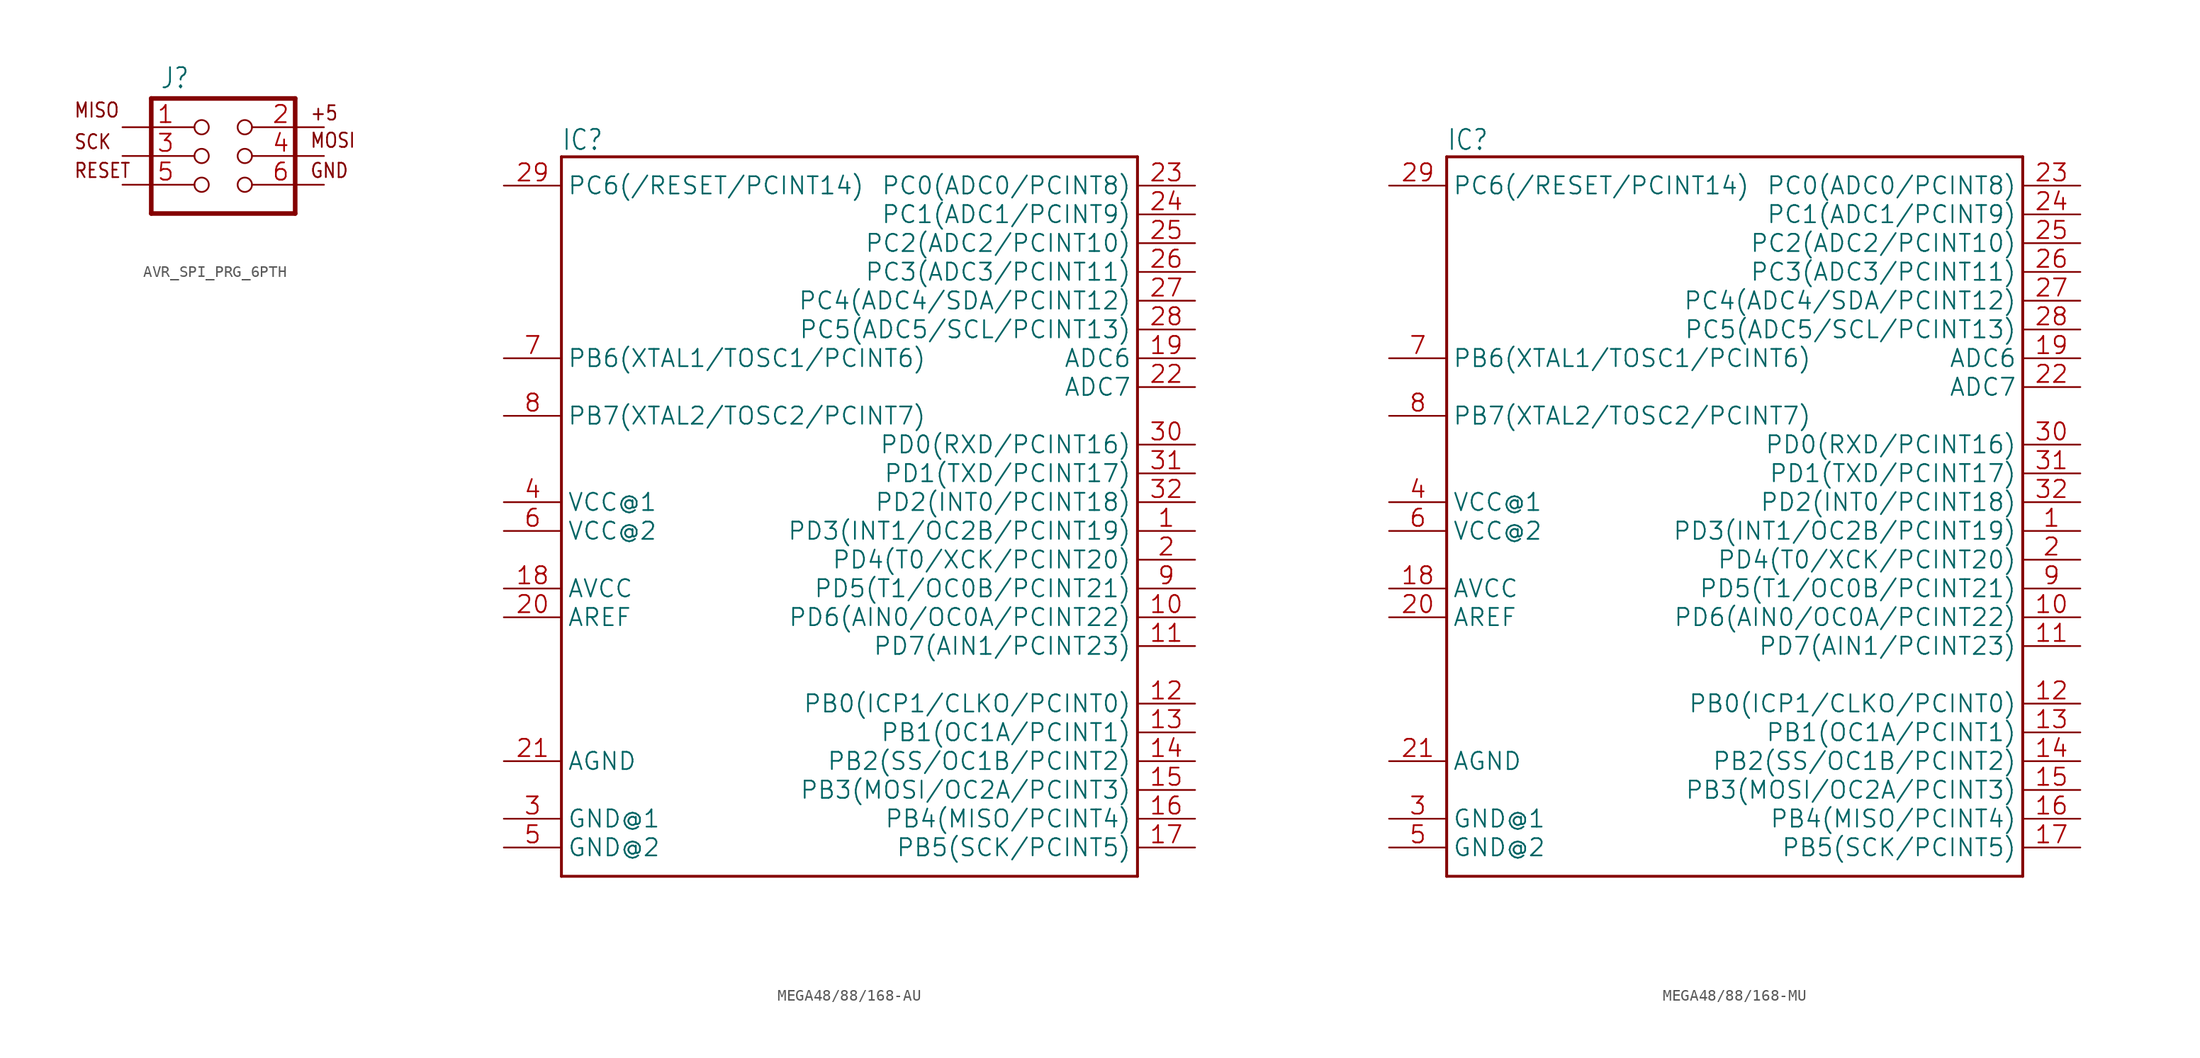
<source format=kicad_sym>
(kicad_symbol_lib
  (version 20241209)
  (generator "kicad_symbol_editor")
  (generator_version "9.0")
  (symbol "AVR_SPI_PRG_6PTH"
    (property "Reference" "J"
      (at -4.318 5.842 0)
      (effects (font (size 1.778 1.511)) (justify left bottom)))
    (property "Value" ""
      (at -4.064 -7.62 0)
      (effects (font (size 1.778 1.511)) (justify left bottom)))
    (property "ki_locked" ""
      (at 0 0 0)
      (effects (font (size 1.27 1.27))))
    (symbol "AVR_SPI_PRG_6PTH_1_0"
      (polyline (pts (xy -5.08 5.08) (xy -5.08 -5.08)) (stroke (width 0.406) (type solid)) (fill (type none)))
      (polyline (pts (xy -5.08 -5.08) (xy 7.62 -5.08)) (stroke (width 0.406) (type solid)) (fill (type none)))
      (polyline (pts (xy 7.62 5.08) (xy -5.08 5.08)) (stroke (width 0.406) (type solid)) (fill (type none)))
      (polyline (pts (xy 7.62 -5.08) (xy 7.62 5.08)) (stroke (width 0.406) (type solid)) (fill (type none)))
      (text "MISO" (at -11.938 3.302 0) (effects (font (size 1.27 1.079)) (justify left bottom)))
      (text "SCK" (at -11.938 0.508 0) (effects (font (size 1.27 1.079)) (justify left bottom)))
      (text "RESET" (at -11.938 -2.032 0) (effects (font (size 1.27 1.079)) (justify left bottom)))
      (text "+5" (at 8.89 3.048 0) (effects (font (size 1.27 1.079)) (justify left bottom)))
      (text "MOSI" (at 8.89 0.635 0) (effects (font (size 1.27 1.079)) (justify left bottom)))
      (text "GND" (at 8.89 -2.032 0) (effects (font (size 1.27 1.079)) (justify left bottom)))
      (pin passive inverted (at -7.62 2.54 0) (length 7.62) (name "1" (effects (font (size 0 0)))) (number "1" (effects (font (size 1.524 1.524)))))
      (pin passive inverted (at -7.62 0 0) (length 7.62) (name "3" (effects (font (size 0 0)))) (number "3" (effects (font (size 1.524 1.524)))))
      (pin passive inverted (at -7.62 -2.54 0) (length 7.62) (name "5" (effects (font (size 0 0)))) (number "5" (effects (font (size 1.524 1.524)))))
      (pin passive inverted (at 10.16 2.54 180) (length 7.62) (name "2" (effects (font (size 0 0)))) (number "2" (effects (font (size 1.524 1.524)))))
      (pin passive inverted (at 10.16 0 180) (length 7.62) (name "4" (effects (font (size 0 0)))) (number "4" (effects (font (size 1.524 1.524)))))
      (pin passive inverted (at 10.16 -2.54 180) (length 7.62) (name "6" (effects (font (size 0 0)))) (number "6" (effects (font (size 1.524 1.524)))))))
  (symbol "MEGA48/88/168-AU"
    (property "Reference" "IC"
      (at -25.4 33.02 0)
      (effects (font (size 1.778 1.511)) (justify left top)))
    (property "Value" ""
      (at -25.4 -35.56 0)
      (effects (font (size 1.778 1.511)) (justify left bottom)))
    (property "ki_locked" ""
      (at 0 0 0)
      (effects (font (size 1.27 1.27))))
    (symbol "MEGA48/88/168-AU_1_0"
      (polyline (pts (xy -25.4 30.48) (xy 25.4 30.48)) (stroke (width 0.254) (type solid)) (fill (type none)))
      (polyline (pts (xy -25.4 -33.02) (xy -25.4 30.48)) (stroke (width 0.254) (type solid)) (fill (type none)))
      (polyline (pts (xy 25.4 30.48) (xy 25.4 -33.02)) (stroke (width 0.254) (type solid)) (fill (type none)))
      (polyline (pts (xy 25.4 -33.02) (xy -25.4 -33.02)) (stroke (width 0.254) (type solid)) (fill (type none)))
      (pin bidirectional line (at -30.48 27.94 0) (length 5.08) (name "PC6(/RESET/PCINT14)" (effects (font (size 1.524 1.524)))) (number "29" (effects (font (size 1.524 1.524)))))
      (pin bidirectional line (at -30.48 12.7 0) (length 5.08) (name "PB6(XTAL1/TOSC1/PCINT6)" (effects (font (size 1.524 1.524)))) (number "7" (effects (font (size 1.524 1.524)))))
      (pin bidirectional line (at -30.48 7.62 0) (length 5.08) (name "PB7(XTAL2/TOSC2/PCINT7)" (effects (font (size 1.524 1.524)))) (number "8" (effects (font (size 1.524 1.524)))))
      (pin power_in line (at -30.48 0 0) (length 5.08) (name "VCC@1" (effects (font (size 1.524 1.524)))) (number "4" (effects (font (size 1.524 1.524)))))
      (pin power_in line (at -30.48 -2.54 0) (length 5.08) (name "VCC@2" (effects (font (size 1.524 1.524)))) (number "6" (effects (font (size 1.524 1.524)))))
      (pin passive line (at -30.48 -7.62 0) (length 5.08) (name "AVCC" (effects (font (size 1.524 1.524)))) (number "18" (effects (font (size 1.524 1.524)))))
      (pin passive line (at -30.48 -10.16 0) (length 5.08) (name "AREF" (effects (font (size 1.524 1.524)))) (number "20" (effects (font (size 1.524 1.524)))))
      (pin power_in line (at -30.48 -22.86 0) (length 5.08) (name "AGND" (effects (font (size 1.524 1.524)))) (number "21" (effects (font (size 1.524 1.524)))))
      (pin power_in line (at -30.48 -27.94 0) (length 5.08) (name "GND@1" (effects (font (size 1.524 1.524)))) (number "3" (effects (font (size 1.524 1.524)))))
      (pin power_in line (at -30.48 -30.48 0) (length 5.08) (name "GND@2" (effects (font (size 1.524 1.524)))) (number "5" (effects (font (size 1.524 1.524)))))
      (pin bidirectional line (at 30.48 27.94 180) (length 5.08) (name "PC0(ADC0/PCINT8)" (effects (font (size 1.524 1.524)))) (number "23" (effects (font (size 1.524 1.524)))))
      (pin bidirectional line (at 30.48 25.4 180) (length 5.08) (name "PC1(ADC1/PCINT9)" (effects (font (size 1.524 1.524)))) (number "24" (effects (font (size 1.524 1.524)))))
      (pin bidirectional line (at 30.48 22.86 180) (length 5.08) (name "PC2(ADC2/PCINT10)" (effects (font (size 1.524 1.524)))) (number "25" (effects (font (size 1.524 1.524)))))
      (pin bidirectional line (at 30.48 20.32 180) (length 5.08) (name "PC3(ADC3/PCINT11)" (effects (font (size 1.524 1.524)))) (number "26" (effects (font (size 1.524 1.524)))))
      (pin bidirectional line (at 30.48 17.78 180) (length 5.08) (name "PC4(ADC4/SDA/PCINT12)" (effects (font (size 1.524 1.524)))) (number "27" (effects (font (size 1.524 1.524)))))
      (pin bidirectional line (at 30.48 15.24 180) (length 5.08) (name "PC5(ADC5/SCL/PCINT13)" (effects (font (size 1.524 1.524)))) (number "28" (effects (font (size 1.524 1.524)))))
      (pin passive line (at 30.48 12.7 180) (length 5.08) (name "ADC6" (effects (font (size 1.524 1.524)))) (number "19" (effects (font (size 1.524 1.524)))))
      (pin passive line (at 30.48 10.16 180) (length 5.08) (name "ADC7" (effects (font (size 1.524 1.524)))) (number "22" (effects (font (size 1.524 1.524)))))
      (pin bidirectional line (at 30.48 5.08 180) (length 5.08) (name "PD0(RXD/PCINT16)" (effects (font (size 1.524 1.524)))) (number "30" (effects (font (size 1.524 1.524)))))
      (pin bidirectional line (at 30.48 2.54 180) (length 5.08) (name "PD1(TXD/PCINT17)" (effects (font (size 1.524 1.524)))) (number "31" (effects (font (size 1.524 1.524)))))
      (pin bidirectional line (at 30.48 0 180) (length 5.08) (name "PD2(INT0/PCINT18)" (effects (font (size 1.524 1.524)))) (number "32" (effects (font (size 1.524 1.524)))))
      (pin bidirectional line (at 30.48 -2.54 180) (length 5.08) (name "PD3(INT1/OC2B/PCINT19)" (effects (font (size 1.524 1.524)))) (number "1" (effects (font (size 1.524 1.524)))))
      (pin bidirectional line (at 30.48 -5.08 180) (length 5.08) (name "PD4(T0/XCK/PCINT20)" (effects (font (size 1.524 1.524)))) (number "2" (effects (font (size 1.524 1.524)))))
      (pin bidirectional line (at 30.48 -7.62 180) (length 5.08) (name "PD5(T1/OC0B/PCINT21)" (effects (font (size 1.524 1.524)))) (number "9" (effects (font (size 1.524 1.524)))))
      (pin bidirectional line (at 30.48 -10.16 180) (length 5.08) (name "PD6(AIN0/OC0A/PCINT22)" (effects (font (size 1.524 1.524)))) (number "10" (effects (font (size 1.524 1.524)))))
      (pin bidirectional line (at 30.48 -12.7 180) (length 5.08) (name "PD7(AIN1/PCINT23)" (effects (font (size 1.524 1.524)))) (number "11" (effects (font (size 1.524 1.524)))))
      (pin bidirectional line (at 30.48 -17.78 180) (length 5.08) (name "PB0(ICP1/CLKO/PCINT0)" (effects (font (size 1.524 1.524)))) (number "12" (effects (font (size 1.524 1.524)))))
      (pin bidirectional line (at 30.48 -20.32 180) (length 5.08) (name "PB1(OC1A/PCINT1)" (effects (font (size 1.524 1.524)))) (number "13" (effects (font (size 1.524 1.524)))))
      (pin bidirectional line (at 30.48 -22.86 180) (length 5.08) (name "PB2(SS/OC1B/PCINT2)" (effects (font (size 1.524 1.524)))) (number "14" (effects (font (size 1.524 1.524)))))
      (pin bidirectional line (at 30.48 -25.4 180) (length 5.08) (name "PB3(MOSI/OC2A/PCINT3)" (effects (font (size 1.524 1.524)))) (number "15" (effects (font (size 1.524 1.524)))))
      (pin bidirectional line (at 30.48 -27.94 180) (length 5.08) (name "PB4(MISO/PCINT4)" (effects (font (size 1.524 1.524)))) (number "16" (effects (font (size 1.524 1.524)))))
      (pin bidirectional line (at 30.48 -30.48 180) (length 5.08) (name "PB5(SCK/PCINT5)" (effects (font (size 1.524 1.524)))) (number "17" (effects (font (size 1.524 1.524)))))))
  (symbol "MEGA48/88/168-MU"
    (property "Reference" "IC"
      (at -25.4 33.02 0)
      (effects (font (size 1.778 1.511)) (justify left top)))
    (property "Value" ""
      (at -25.4 -35.56 0)
      (effects (font (size 1.778 1.511)) (justify left bottom)))
    (property "ki_locked" ""
      (at 0 0 0)
      (effects (font (size 1.27 1.27))))
    (symbol "MEGA48/88/168-MU_1_0"
      (polyline (pts (xy -25.4 30.48) (xy 25.4 30.48)) (stroke (width 0.254) (type solid)) (fill (type none)))
      (polyline (pts (xy -25.4 -33.02) (xy -25.4 30.48)) (stroke (width 0.254) (type solid)) (fill (type none)))
      (polyline (pts (xy 25.4 30.48) (xy 25.4 -33.02)) (stroke (width 0.254) (type solid)) (fill (type none)))
      (polyline (pts (xy 25.4 -33.02) (xy -25.4 -33.02)) (stroke (width 0.254) (type solid)) (fill (type none)))
      (pin bidirectional line (at -30.48 27.94 0) (length 5.08) (name "PC6(/RESET/PCINT14)" (effects (font (size 1.524 1.524)))) (number "29" (effects (font (size 1.524 1.524)))))
      (pin bidirectional line (at -30.48 12.7 0) (length 5.08) (name "PB6(XTAL1/TOSC1/PCINT6)" (effects (font (size 1.524 1.524)))) (number "7" (effects (font (size 1.524 1.524)))))
      (pin bidirectional line (at -30.48 7.62 0) (length 5.08) (name "PB7(XTAL2/TOSC2/PCINT7)" (effects (font (size 1.524 1.524)))) (number "8" (effects (font (size 1.524 1.524)))))
      (pin power_in line (at -30.48 0 0) (length 5.08) (name "VCC@1" (effects (font (size 1.524 1.524)))) (number "4" (effects (font (size 1.524 1.524)))))
      (pin power_in line (at -30.48 -2.54 0) (length 5.08) (name "VCC@2" (effects (font (size 1.524 1.524)))) (number "6" (effects (font (size 1.524 1.524)))))
      (pin passive line (at -30.48 -7.62 0) (length 5.08) (name "AVCC" (effects (font (size 1.524 1.524)))) (number "18" (effects (font (size 1.524 1.524)))))
      (pin passive line (at -30.48 -10.16 0) (length 5.08) (name "AREF" (effects (font (size 1.524 1.524)))) (number "20" (effects (font (size 1.524 1.524)))))
      (pin power_in line (at -30.48 -22.86 0) (length 5.08) (name "AGND" (effects (font (size 1.524 1.524)))) (number "21" (effects (font (size 1.524 1.524)))))
      (pin power_in line (at -30.48 -27.94 0) (length 5.08) (name "GND@1" (effects (font (size 1.524 1.524)))) (number "3" (effects (font (size 1.524 1.524)))))
      (pin power_in line (at -30.48 -30.48 0) (length 5.08) (name "GND@2" (effects (font (size 1.524 1.524)))) (number "5" (effects (font (size 1.524 1.524)))))
      (pin bidirectional line (at 30.48 27.94 180) (length 5.08) (name "PC0(ADC0/PCINT8)" (effects (font (size 1.524 1.524)))) (number "23" (effects (font (size 1.524 1.524)))))
      (pin bidirectional line (at 30.48 25.4 180) (length 5.08) (name "PC1(ADC1/PCINT9)" (effects (font (size 1.524 1.524)))) (number "24" (effects (font (size 1.524 1.524)))))
      (pin bidirectional line (at 30.48 22.86 180) (length 5.08) (name "PC2(ADC2/PCINT10)" (effects (font (size 1.524 1.524)))) (number "25" (effects (font (size 1.524 1.524)))))
      (pin bidirectional line (at 30.48 20.32 180) (length 5.08) (name "PC3(ADC3/PCINT11)" (effects (font (size 1.524 1.524)))) (number "26" (effects (font (size 1.524 1.524)))))
      (pin bidirectional line (at 30.48 17.78 180) (length 5.08) (name "PC4(ADC4/SDA/PCINT12)" (effects (font (size 1.524 1.524)))) (number "27" (effects (font (size 1.524 1.524)))))
      (pin bidirectional line (at 30.48 15.24 180) (length 5.08) (name "PC5(ADC5/SCL/PCINT13)" (effects (font (size 1.524 1.524)))) (number "28" (effects (font (size 1.524 1.524)))))
      (pin passive line (at 30.48 12.7 180) (length 5.08) (name "ADC6" (effects (font (size 1.524 1.524)))) (number "19" (effects (font (size 1.524 1.524)))))
      (pin passive line (at 30.48 10.16 180) (length 5.08) (name "ADC7" (effects (font (size 1.524 1.524)))) (number "22" (effects (font (size 1.524 1.524)))))
      (pin bidirectional line (at 30.48 5.08 180) (length 5.08) (name "PD0(RXD/PCINT16)" (effects (font (size 1.524 1.524)))) (number "30" (effects (font (size 1.524 1.524)))))
      (pin bidirectional line (at 30.48 2.54 180) (length 5.08) (name "PD1(TXD/PCINT17)" (effects (font (size 1.524 1.524)))) (number "31" (effects (font (size 1.524 1.524)))))
      (pin bidirectional line (at 30.48 0 180) (length 5.08) (name "PD2(INT0/PCINT18)" (effects (font (size 1.524 1.524)))) (number "32" (effects (font (size 1.524 1.524)))))
      (pin bidirectional line (at 30.48 -2.54 180) (length 5.08) (name "PD3(INT1/OC2B/PCINT19)" (effects (font (size 1.524 1.524)))) (number "1" (effects (font (size 1.524 1.524)))))
      (pin bidirectional line (at 30.48 -5.08 180) (length 5.08) (name "PD4(T0/XCK/PCINT20)" (effects (font (size 1.524 1.524)))) (number "2" (effects (font (size 1.524 1.524)))))
      (pin bidirectional line (at 30.48 -7.62 180) (length 5.08) (name "PD5(T1/OC0B/PCINT21)" (effects (font (size 1.524 1.524)))) (number "9" (effects (font (size 1.524 1.524)))))
      (pin bidirectional line (at 30.48 -10.16 180) (length 5.08) (name "PD6(AIN0/OC0A/PCINT22)" (effects (font (size 1.524 1.524)))) (number "10" (effects (font (size 1.524 1.524)))))
      (pin bidirectional line (at 30.48 -12.7 180) (length 5.08) (name "PD7(AIN1/PCINT23)" (effects (font (size 1.524 1.524)))) (number "11" (effects (font (size 1.524 1.524)))))
      (pin bidirectional line (at 30.48 -17.78 180) (length 5.08) (name "PB0(ICP1/CLKO/PCINT0)" (effects (font (size 1.524 1.524)))) (number "12" (effects (font (size 1.524 1.524)))))
      (pin bidirectional line (at 30.48 -20.32 180) (length 5.08) (name "PB1(OC1A/PCINT1)" (effects (font (size 1.524 1.524)))) (number "13" (effects (font (size 1.524 1.524)))))
      (pin bidirectional line (at 30.48 -22.86 180) (length 5.08) (name "PB2(SS/OC1B/PCINT2)" (effects (font (size 1.524 1.524)))) (number "14" (effects (font (size 1.524 1.524)))))
      (pin bidirectional line (at 30.48 -25.4 180) (length 5.08) (name "PB3(MOSI/OC2A/PCINT3)" (effects (font (size 1.524 1.524)))) (number "15" (effects (font (size 1.524 1.524)))))
      (pin bidirectional line (at 30.48 -27.94 180) (length 5.08) (name "PB4(MISO/PCINT4)" (effects (font (size 1.524 1.524)))) (number "16" (effects (font (size 1.524 1.524)))))
      (pin bidirectional line (at 30.48 -30.48 180) (length 5.08) (name "PB5(SCK/PCINT5)" (effects (font (size 1.524 1.524)))) (number "17" (effects (font (size 1.524 1.524))))))))
</source>
